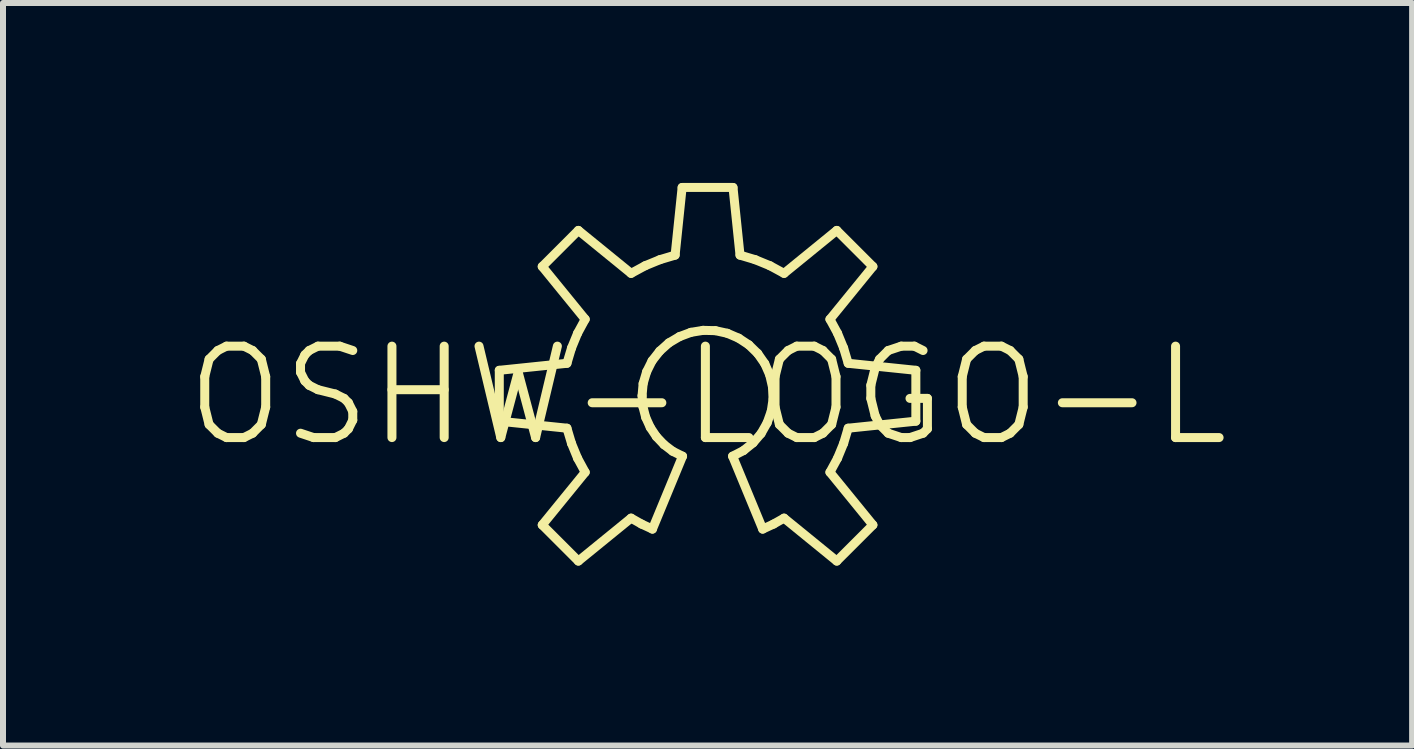
<source format=kicad_pcb>
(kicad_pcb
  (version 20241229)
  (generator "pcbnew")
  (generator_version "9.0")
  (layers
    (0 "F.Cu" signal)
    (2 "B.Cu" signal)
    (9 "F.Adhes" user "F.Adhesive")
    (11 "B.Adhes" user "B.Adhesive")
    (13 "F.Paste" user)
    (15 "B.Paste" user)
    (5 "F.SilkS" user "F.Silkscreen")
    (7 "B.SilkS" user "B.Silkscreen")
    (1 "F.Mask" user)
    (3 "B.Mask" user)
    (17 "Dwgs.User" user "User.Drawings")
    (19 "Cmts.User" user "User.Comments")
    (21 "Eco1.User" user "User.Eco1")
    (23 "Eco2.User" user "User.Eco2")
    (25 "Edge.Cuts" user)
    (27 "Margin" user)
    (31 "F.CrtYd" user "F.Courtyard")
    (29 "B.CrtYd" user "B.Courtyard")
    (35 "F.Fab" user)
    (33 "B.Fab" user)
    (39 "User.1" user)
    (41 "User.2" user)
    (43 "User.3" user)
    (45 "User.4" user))
  (footprint "OSHW-LOGO-L"
    (layer "F.Cu")
    (at 8.745 3.547)
    (property "Reference" "OSHW-LOGO-L" (at 0 0 0) (layer "F.SilkS") (effects (font (size 1.524 1.524) (thickness 0.15))))
    (attr exclude_from_pos_files exclude_from_bom)
    (fp_line (start -3.472 -0.424) (end -3.472 0.424) (stroke (width 0.15) (type solid)) (layer "F.SilkS"))
    (fp_line (start -3.472 0.424) (end -2.344 0.541) (stroke (width 0.15) (type solid)) (layer "F.SilkS"))
    (fp_line (start -2.756 -2.154) (end -2.04 -1.275) (stroke (width 0.15) (type solid)) (layer "F.SilkS"))
    (fp_line (start -2.756 2.154) (end -2.154 2.756) (stroke (width 0.15) (type solid)) (layer "F.SilkS"))
    (fp_line (start -2.344 -0.541) (end -3.472 -0.424) (stroke (width 0.15) (type solid)) (layer "F.SilkS"))
    (fp_line (start -2.344 0.541) (end -2.268 0.795) (stroke (width 0.15) (type solid)) (layer "F.SilkS"))
    (fp_line (start -2.268 -0.795) (end -2.344 -0.541) (stroke (width 0.15) (type solid)) (layer "F.SilkS"))
    (fp_line (start -2.268 0.795) (end -2.167 1.041) (stroke (width 0.15) (type solid)) (layer "F.SilkS"))
    (fp_line (start -2.167 -1.041) (end -2.268 -0.795) (stroke (width 0.15) (type solid)) (layer "F.SilkS"))
    (fp_line (start -2.167 1.041) (end -2.04 1.275) (stroke (width 0.15) (type solid)) (layer "F.SilkS"))
    (fp_line (start -2.154 -2.756) (end -2.756 -2.154) (stroke (width 0.15) (type solid)) (layer "F.SilkS"))
    (fp_line (start -2.154 2.756) (end -1.275 2.04) (stroke (width 0.15) (type solid)) (layer "F.SilkS"))
    (fp_line (start -2.04 -1.275) (end -2.167 -1.041) (stroke (width 0.15) (type solid)) (layer "F.SilkS"))
    (fp_line (start -2.04 1.275) (end -2.756 2.154) (stroke (width 0.15) (type solid)) (layer "F.SilkS"))
    (fp_line (start -1.275 -2.04) (end -2.154 -2.756) (stroke (width 0.15) (type solid)) (layer "F.SilkS"))
    (fp_line (start -1.275 2.04) (end -1.1 2.139) (stroke (width 0.15) (type solid)) (layer "F.SilkS"))
    (fp_line (start -1.1 2.139) (end -0.919 2.223) (stroke (width 0.15) (type solid)) (layer "F.SilkS"))
    (fp_line (start -1.092 0) (end -1.074 -0.203) (stroke (width 0.15) (type solid)) (layer "F.SilkS"))
    (fp_line (start -1.077 0.183) (end -1.092 0) (stroke (width 0.15) (type solid)) (layer "F.SilkS"))
    (fp_line (start -1.074 -0.203) (end -1.016 -0.399) (stroke (width 0.15) (type solid)) (layer "F.SilkS"))
    (fp_line (start -1.041 -2.167) (end -1.275 -2.04) (stroke (width 0.15) (type solid)) (layer "F.SilkS"))
    (fp_line (start -1.031 0.361) (end -1.077 0.183) (stroke (width 0.15) (type solid)) (layer "F.SilkS"))
    (fp_line (start -1.016 -0.399) (end -0.925 -0.582) (stroke (width 0.15) (type solid)) (layer "F.SilkS"))
    (fp_line (start -0.955 0.528) (end -1.031 0.361) (stroke (width 0.15) (type solid)) (layer "F.SilkS"))
    (fp_line (start -0.925 -0.582) (end -0.798 -0.744) (stroke (width 0.15) (type solid)) (layer "F.SilkS"))
    (fp_line (start -0.919 2.223) (end -0.417 1.008) (stroke (width 0.15) (type solid)) (layer "F.SilkS"))
    (fp_line (start -0.853 0.681) (end -0.955 0.528) (stroke (width 0.15) (type solid)) (layer "F.SilkS"))
    (fp_line (start -0.798 -0.744) (end -0.645 -0.881) (stroke (width 0.15) (type solid)) (layer "F.SilkS"))
    (fp_line (start -0.795 -2.268) (end -1.041 -2.167) (stroke (width 0.15) (type solid)) (layer "F.SilkS"))
    (fp_line (start -0.726 0.815) (end -0.853 0.681) (stroke (width 0.15) (type solid)) (layer "F.SilkS"))
    (fp_line (start -0.645 -0.881) (end -0.467 -0.986) (stroke (width 0.15) (type solid)) (layer "F.SilkS"))
    (fp_line (start -0.582 0.925) (end -0.726 0.815) (stroke (width 0.15) (type solid)) (layer "F.SilkS"))
    (fp_line (start -0.541 -2.344) (end -0.795 -2.268) (stroke (width 0.15) (type solid)) (layer "F.SilkS"))
    (fp_line (start -0.467 -0.986) (end -0.277 -1.057) (stroke (width 0.15) (type solid)) (layer "F.SilkS"))
    (fp_line (start -0.424 -3.472) (end -0.541 -2.344) (stroke (width 0.15) (type solid)) (layer "F.SilkS"))
    (fp_line (start -0.417 1.008) (end -0.582 0.925) (stroke (width 0.15) (type solid)) (layer "F.SilkS"))
    (fp_line (start -0.277 -1.057) (end -0.074 -1.09) (stroke (width 0.15) (type solid)) (layer "F.SilkS"))
    (fp_line (start -0.074 -1.09) (end 0.13 -1.085) (stroke (width 0.15) (type solid)) (layer "F.SilkS"))
    (fp_line (start 0.13 -1.085) (end 0.33 -1.041) (stroke (width 0.15) (type solid)) (layer "F.SilkS"))
    (fp_line (start 0.33 -1.041) (end 0.518 -0.96) (stroke (width 0.15) (type solid)) (layer "F.SilkS"))
    (fp_line (start 0.417 1.008) (end 0.919 2.223) (stroke (width 0.15) (type solid)) (layer "F.SilkS"))
    (fp_line (start 0.424 -3.472) (end -0.424 -3.472) (stroke (width 0.15) (type solid)) (layer "F.SilkS"))
    (fp_line (start 0.518 -0.96) (end 0.688 -0.848) (stroke (width 0.15) (type solid)) (layer "F.SilkS"))
    (fp_line (start 0.541 -2.344) (end 0.424 -3.472) (stroke (width 0.15) (type solid)) (layer "F.SilkS"))
    (fp_line (start 0.599 0.914) (end 0.417 1.008) (stroke (width 0.15) (type solid)) (layer "F.SilkS"))
    (fp_line (start 0.688 -0.848) (end 0.836 -0.704) (stroke (width 0.15) (type solid)) (layer "F.SilkS"))
    (fp_line (start 0.759 0.785) (end 0.599 0.914) (stroke (width 0.15) (type solid)) (layer "F.SilkS"))
    (fp_line (start 0.795 -2.268) (end 0.541 -2.344) (stroke (width 0.15) (type solid)) (layer "F.SilkS"))
    (fp_line (start 0.836 -0.704) (end 0.953 -0.536) (stroke (width 0.15) (type solid)) (layer "F.SilkS"))
    (fp_line (start 0.892 0.63) (end 0.759 0.785) (stroke (width 0.15) (type solid)) (layer "F.SilkS"))
    (fp_line (start 0.919 2.223) (end 1.1 2.139) (stroke (width 0.15) (type solid)) (layer "F.SilkS"))
    (fp_line (start 0.953 -0.536) (end 1.036 -0.348) (stroke (width 0.15) (type solid)) (layer "F.SilkS"))
    (fp_line (start 0.993 0.452) (end 0.892 0.63) (stroke (width 0.15) (type solid)) (layer "F.SilkS"))
    (fp_line (start 1.036 -0.348) (end 1.082 -0.147) (stroke (width 0.15) (type solid)) (layer "F.SilkS"))
    (fp_line (start 1.041 -2.167) (end 0.795 -2.268) (stroke (width 0.15) (type solid)) (layer "F.SilkS"))
    (fp_line (start 1.062 0.257) (end 0.993 0.452) (stroke (width 0.15) (type solid)) (layer "F.SilkS"))
    (fp_line (start 1.082 -0.147) (end 1.092 0.056) (stroke (width 0.15) (type solid)) (layer "F.SilkS"))
    (fp_line (start 1.092 0.056) (end 1.062 0.257) (stroke (width 0.15) (type solid)) (layer "F.SilkS"))
    (fp_line (start 1.1 2.139) (end 1.275 2.04) (stroke (width 0.15) (type solid)) (layer "F.SilkS"))
    (fp_line (start 1.275 -2.04) (end 1.041 -2.167) (stroke (width 0.15) (type solid)) (layer "F.SilkS"))
    (fp_line (start 1.275 2.04) (end 2.154 2.756) (stroke (width 0.15) (type solid)) (layer "F.SilkS"))
    (fp_line (start 2.04 -1.275) (end 2.756 -2.154) (stroke (width 0.15) (type solid)) (layer "F.SilkS"))
    (fp_line (start 2.04 1.275) (end 2.167 1.041) (stroke (width 0.15) (type solid)) (layer "F.SilkS"))
    (fp_line (start 2.154 -2.756) (end 1.275 -2.04) (stroke (width 0.15) (type solid)) (layer "F.SilkS"))
    (fp_line (start 2.154 2.756) (end 2.756 2.154) (stroke (width 0.15) (type solid)) (layer "F.SilkS"))
    (fp_line (start 2.167 -1.041) (end 2.04 -1.275) (stroke (width 0.15) (type solid)) (layer "F.SilkS"))
    (fp_line (start 2.167 1.041) (end 2.268 0.795) (stroke (width 0.15) (type solid)) (layer "F.SilkS"))
    (fp_line (start 2.268 -0.795) (end 2.167 -1.041) (stroke (width 0.15) (type solid)) (layer "F.SilkS"))
    (fp_line (start 2.268 0.795) (end 2.344 0.541) (stroke (width 0.15) (type solid)) (layer "F.SilkS"))
    (fp_line (start 2.344 -0.541) (end 2.268 -0.795) (stroke (width 0.15) (type solid)) (layer "F.SilkS"))
    (fp_line (start 2.344 0.541) (end 3.472 0.424) (stroke (width 0.15) (type solid)) (layer "F.SilkS"))
    (fp_line (start 2.756 -2.154) (end 2.154 -2.756) (stroke (width 0.15) (type solid)) (layer "F.SilkS"))
    (fp_line (start 2.756 2.154) (end 2.04 1.275) (stroke (width 0.15) (type solid)) (layer "F.SilkS"))
    (fp_line (start 3.472 -0.424) (end 2.344 -0.541) (stroke (width 0.15) (type solid)) (layer "F.SilkS"))
    (fp_line (start 3.472 0.424) (end 3.472 -0.424) (stroke (width 0.15) (type solid)) (layer "F.SilkS")))
  (gr_rect
    (start -3 -3)
    (end 20.49 9.378)
    (stroke (width 0.1) (type default))
    (fill no)
    (layer "Edge.Cuts")))
</source>
